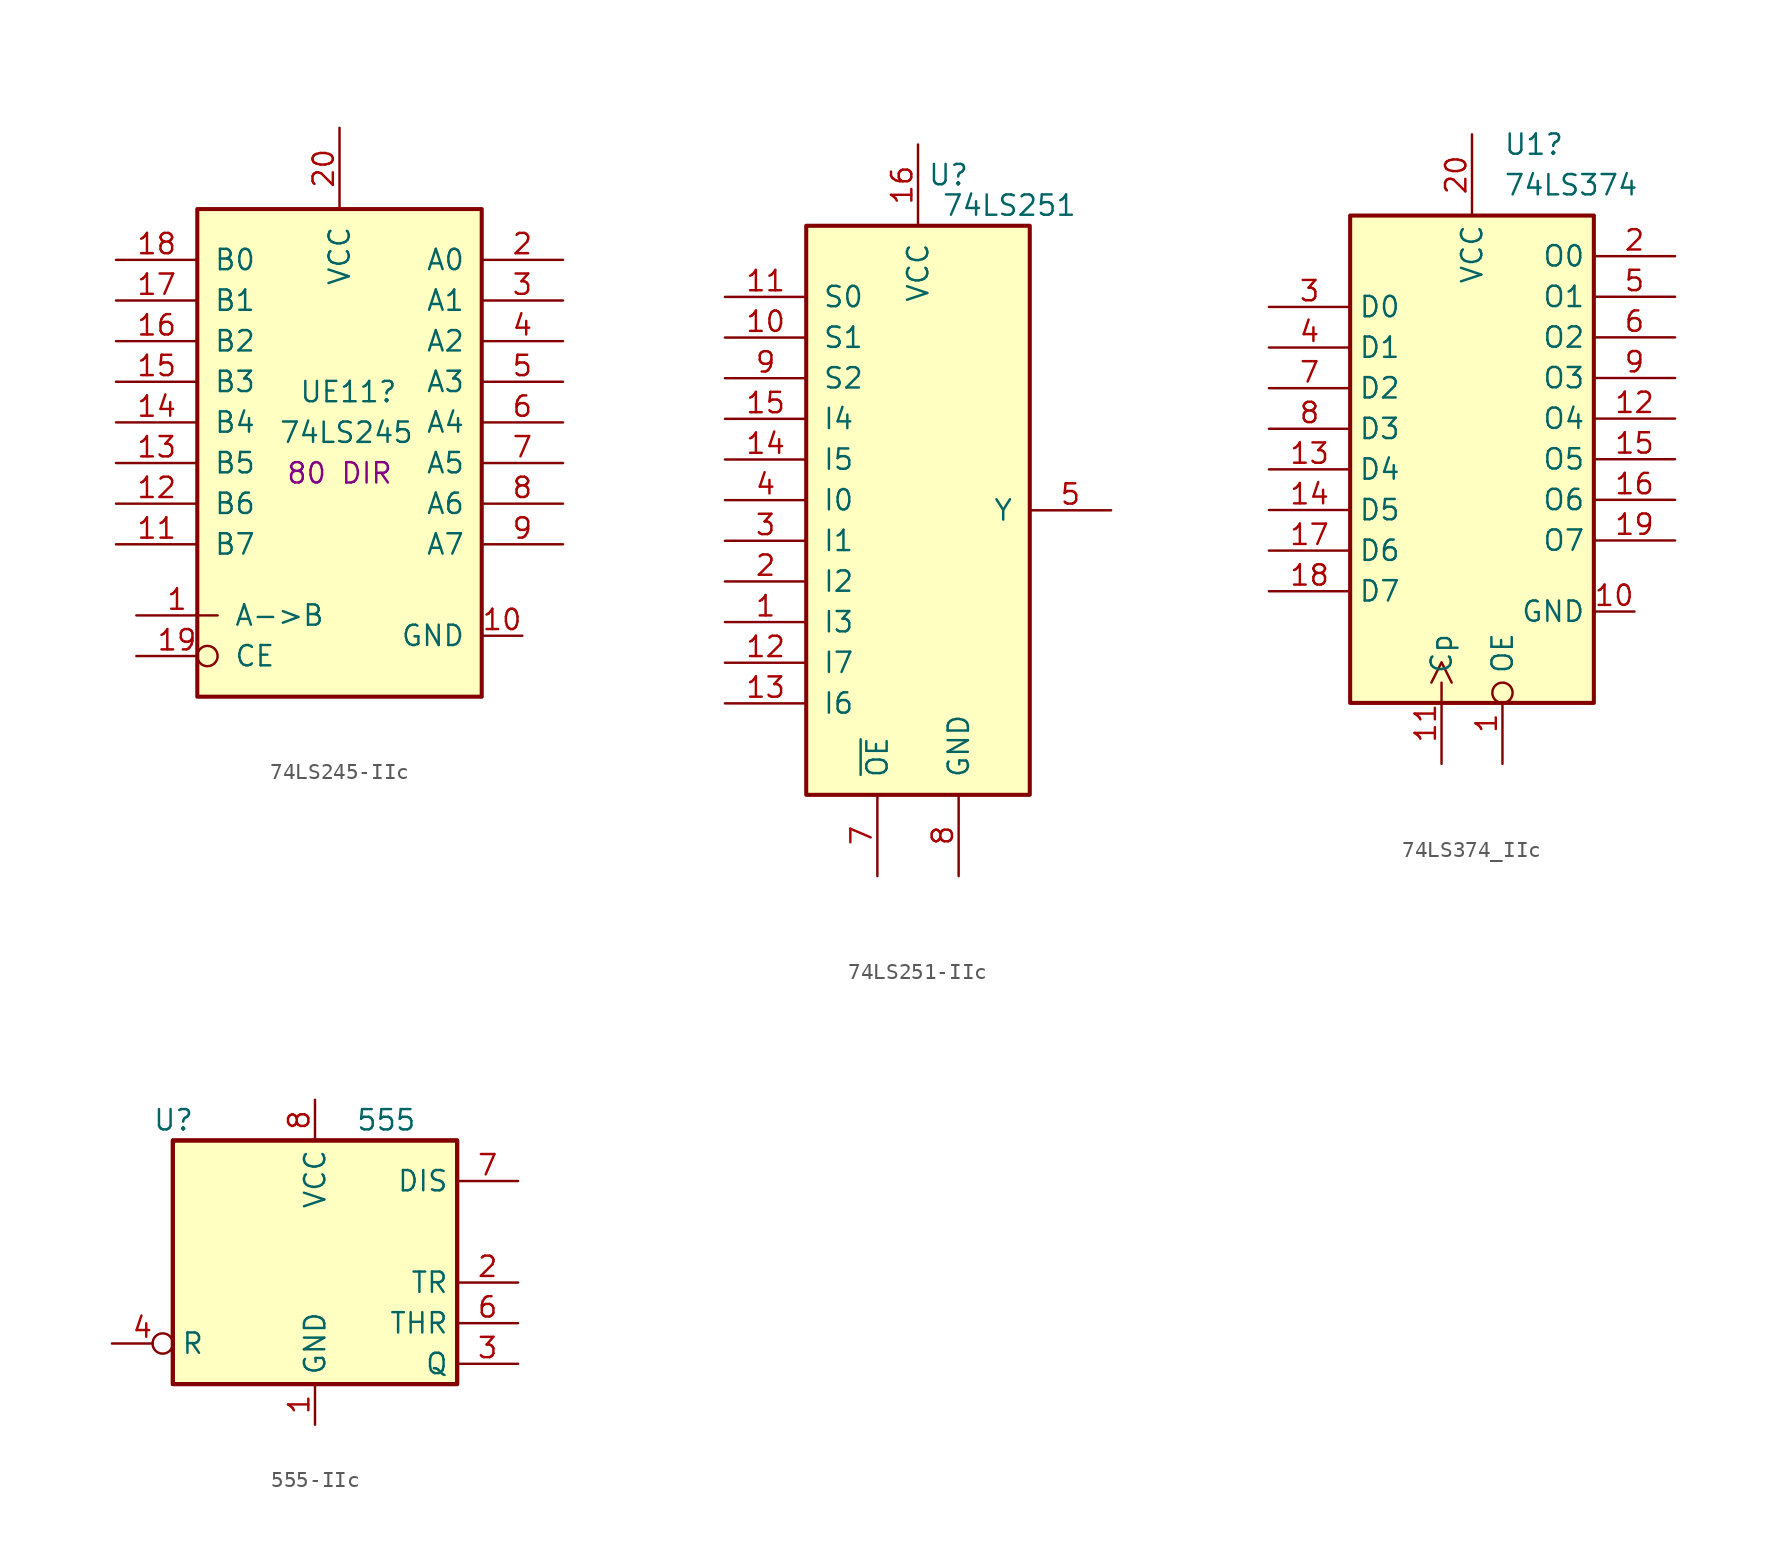
<source format=kicad_sym>
(kicad_symbol_lib
  (version 20220914)
  (generator kicad_symbol_editor)
  (symbol "74LS245-IIc"
    (pin_names
      (offset 1.016))
    (property "Reference" "UE11"
      (at -2.54 3.81 0)
      (effects (font (size 1.27 1.27)) (justify left)))
    (property "Value" "74LS245"
      (at -3.81 1.27 0)
      (effects (font (size 1.27 1.27)) (justify left)))
    (property "Name" "80 DIR"
      (at 0 -1.27 0)
      (effects (font (size 1.27 1.27))))
    (symbol "74LS245-IIc_1_0"
      (pin input line (at -12.7 -10.16 0) (length 5.08) (name "A->B" (effects (font (size 1.27 1.27)))) (number "1" (effects (font (size 1.27 1.27)))))
      (pin power_in line (at 11.43 -11.43 180) (length 2.54) (name "GND" (effects (font (size 1.27 1.27)))) (number "10" (effects (font (size 1.27 1.27)))))
      (pin tri_state line (at -13.97 -5.715 0) (length 5.08) (name "B7" (effects (font (size 1.27 1.27)))) (number "11" (effects (font (size 1.27 1.27)))))
      (pin tri_state line (at -13.97 -3.175 0) (length 5.08) (name "B6" (effects (font (size 1.27 1.27)))) (number "12" (effects (font (size 1.27 1.27)))))
      (pin tri_state line (at -13.97 -0.635 0) (length 5.08) (name "B5" (effects (font (size 1.27 1.27)))) (number "13" (effects (font (size 1.27 1.27)))))
      (pin tri_state line (at -13.97 1.905 0) (length 5.08) (name "B4" (effects (font (size 1.27 1.27)))) (number "14" (effects (font (size 1.27 1.27)))))
      (pin tri_state line (at -13.97 4.445 0) (length 5.08) (name "B3" (effects (font (size 1.27 1.27)))) (number "15" (effects (font (size 1.27 1.27)))))
      (pin tri_state line (at -13.97 6.985 0) (length 5.08) (name "B2" (effects (font (size 1.27 1.27)))) (number "16" (effects (font (size 1.27 1.27)))))
      (pin tri_state line (at -13.97 9.525 0) (length 5.08) (name "B1" (effects (font (size 1.27 1.27)))) (number "17" (effects (font (size 1.27 1.27)))))
      (pin tri_state line (at -13.97 12.065 0) (length 5.08) (name "B0" (effects (font (size 1.27 1.27)))) (number "18" (effects (font (size 1.27 1.27)))))
      (pin input inverted (at -12.7 -12.7 0) (length 5.08) (name "CE" (effects (font (size 1.27 1.27)))) (number "19" (effects (font (size 1.27 1.27)))))
      (pin tri_state line (at 13.97 12.065 180) (length 5.08) (name "A0" (effects (font (size 1.27 1.27)))) (number "2" (effects (font (size 1.27 1.27)))))
      (pin power_in line (at 0 20.32 270) (length 5.08) (name "VCC" (effects (font (size 1.27 1.27)))) (number "20" (effects (font (size 1.27 1.27)))))
      (pin tri_state line (at 13.97 9.525 180) (length 5.08) (name "A1" (effects (font (size 1.27 1.27)))) (number "3" (effects (font (size 1.27 1.27)))))
      (pin tri_state line (at 13.97 6.985 180) (length 5.08) (name "A2" (effects (font (size 1.27 1.27)))) (number "4" (effects (font (size 1.27 1.27)))))
      (pin tri_state line (at 13.97 4.445 180) (length 5.08) (name "A3" (effects (font (size 1.27 1.27)))) (number "5" (effects (font (size 1.27 1.27)))))
      (pin tri_state line (at 13.97 1.905 180) (length 5.08) (name "A4" (effects (font (size 1.27 1.27)))) (number "6" (effects (font (size 1.27 1.27)))))
      (pin tri_state line (at 13.97 -0.635 180) (length 5.08) (name "A5" (effects (font (size 1.27 1.27)))) (number "7" (effects (font (size 1.27 1.27)))))
      (pin tri_state line (at 13.97 -3.175 180) (length 5.08) (name "A6" (effects (font (size 1.27 1.27)))) (number "8" (effects (font (size 1.27 1.27)))))
      (pin tri_state line (at 13.97 -5.715 180) (length 5.08) (name "A7" (effects (font (size 1.27 1.27)))) (number "9" (effects (font (size 1.27 1.27))))))
    (symbol "74LS245-IIc_1_1"
      (rectangle (start -8.89 15.24) (end 8.89 -15.24) (stroke (width 0.254) (type default)) (fill (type background)))))
  (symbol "74LS251-IIc"
    (pin_names
      (offset 1.016))
    (property "Reference" "U"
      (at 1.905 20.955 0)
      (effects (font (size 1.27 1.27))))
    (property "Value" "74LS251"
      (at 5.715 19.05 0)
      (effects (font (size 1.27 1.27))))
    (symbol "74LS251-IIc_1_0"
      (pin input line (at -12.065 -6.985 0) (length 5.08) (name "I3" (effects (font (size 1.27 1.27)))) (number "1" (effects (font (size 1.27 1.27)))))
      (pin input line (at -12.065 10.795 0) (length 5.08) (name "S1" (effects (font (size 1.27 1.27)))) (number "10" (effects (font (size 1.27 1.27)))))
      (pin input line (at -12.065 13.335 0) (length 5.08) (name "S0" (effects (font (size 1.27 1.27)))) (number "11" (effects (font (size 1.27 1.27)))))
      (pin input line (at -12.065 -9.525 0) (length 5.08) (name "I7" (effects (font (size 1.27 1.27)))) (number "12" (effects (font (size 1.27 1.27)))))
      (pin input line (at -12.065 -12.065 0) (length 5.08) (name "I6" (effects (font (size 1.27 1.27)))) (number "13" (effects (font (size 1.27 1.27)))))
      (pin input line (at -12.065 3.175 0) (length 5.08) (name "I5" (effects (font (size 1.27 1.27)))) (number "14" (effects (font (size 1.27 1.27)))))
      (pin input line (at -12.065 5.715 0) (length 5.08) (name "I4" (effects (font (size 1.27 1.27)))) (number "15" (effects (font (size 1.27 1.27)))))
      (pin power_in line (at 0 22.86 270) (length 5.08) (name "VCC" (effects (font (size 1.27 1.27)))) (number "16" (effects (font (size 1.27 1.27)))))
      (pin input line (at -12.065 -4.445 0) (length 5.08) (name "I2" (effects (font (size 1.27 1.27)))) (number "2" (effects (font (size 1.27 1.27)))))
      (pin input line (at -12.065 -1.905 0) (length 5.08) (name "I1" (effects (font (size 1.27 1.27)))) (number "3" (effects (font (size 1.27 1.27)))))
      (pin input line (at -12.065 0.635 0) (length 5.08) (name "I0" (effects (font (size 1.27 1.27)))) (number "4" (effects (font (size 1.27 1.27)))))
      (pin tri_state line (at 12.065 0 180) (length 5.08) (name "Y" (effects (font (size 1.27 1.27)))) (number "5" (effects (font (size 1.27 1.27)))))
      (pin no_connect line (at 12.065 12.7 180) (length 5.08) hide (name "~{Y}" (effects (font (size 1.27 1.27)))) (number "6" (effects (font (size 1.27 1.27)))))
      (pin input line (at -2.54 -22.86 90) (length 5.08) (name "~{OE}" (effects (font (size 1.27 1.27)))) (number "7" (effects (font (size 1.27 1.27)))))
      (pin power_in line (at 2.54 -22.86 90) (length 5.08) (name "GND" (effects (font (size 1.27 1.27)))) (number "8" (effects (font (size 1.27 1.27)))))
      (pin input line (at -12.065 8.255 0) (length 5.08) (name "S2" (effects (font (size 1.27 1.27)))) (number "9" (effects (font (size 1.27 1.27))))))
    (symbol "74LS251-IIc_1_1"
      (rectangle (start -6.985 17.78) (end 6.985 -17.78) (stroke (width 0.254) (type default)) (fill (type background)))))
  (symbol "74LS374_IIc"
    (property "Reference" "U1"
      (at 1.956 19.685 0)
      (effects (font (size 1.27 1.27)) (justify left)))
    (property "Value" "74LS374"
      (at 1.956 17.145 0)
      (effects (font (size 1.27 1.27)) (justify left)))
    (symbol "74LS374_IIc_1_0"
      (pin input inverted (at 1.905 -19.05 90) (length 5.08) (name "OE" (effects (font (size 1.27 1.27)))) (number "1" (effects (font (size 1.27 1.27)))))
      (pin power_in line (at 10.16 -9.525 180) (length 2.54) (name "GND" (effects (font (size 1.27 1.27)))) (number "10" (effects (font (size 1.27 1.27)))))
      (pin input clock (at -1.905 -19.05 90) (length 5.08) (name "Cp" (effects (font (size 1.27 1.27)))) (number "11" (effects (font (size 1.27 1.27)))))
      (pin tri_state line (at 12.7 2.54 180) (length 5.08) (name "O4" (effects (font (size 1.27 1.27)))) (number "12" (effects (font (size 1.27 1.27)))))
      (pin input line (at -12.7 -0.635 0) (length 5.08) (name "D4" (effects (font (size 1.27 1.27)))) (number "13" (effects (font (size 1.27 1.27)))))
      (pin input line (at -12.7 -3.175 0) (length 5.08) (name "D5" (effects (font (size 1.27 1.27)))) (number "14" (effects (font (size 1.27 1.27)))))
      (pin tri_state line (at 12.7 0 180) (length 5.08) (name "O5" (effects (font (size 1.27 1.27)))) (number "15" (effects (font (size 1.27 1.27)))))
      (pin tri_state line (at 12.7 -2.54 180) (length 5.08) (name "O6" (effects (font (size 1.27 1.27)))) (number "16" (effects (font (size 1.27 1.27)))))
      (pin input line (at -12.7 -5.715 0) (length 5.08) (name "D6" (effects (font (size 1.27 1.27)))) (number "17" (effects (font (size 1.27 1.27)))))
      (pin input line (at -12.7 -8.255 0) (length 5.08) (name "D7" (effects (font (size 1.27 1.27)))) (number "18" (effects (font (size 1.27 1.27)))))
      (pin tri_state line (at 12.7 -5.08 180) (length 5.08) (name "O7" (effects (font (size 1.27 1.27)))) (number "19" (effects (font (size 1.27 1.27)))))
      (pin tri_state line (at 12.7 12.7 180) (length 5.08) (name "O0" (effects (font (size 1.27 1.27)))) (number "2" (effects (font (size 1.27 1.27)))))
      (pin power_in line (at 0 20.32 270) (length 5.08) (name "VCC" (effects (font (size 1.27 1.27)))) (number "20" (effects (font (size 1.27 1.27)))))
      (pin input line (at -12.7 9.525 0) (length 5.08) (name "D0" (effects (font (size 1.27 1.27)))) (number "3" (effects (font (size 1.27 1.27)))))
      (pin input line (at -12.7 6.985 0) (length 5.08) (name "D1" (effects (font (size 1.27 1.27)))) (number "4" (effects (font (size 1.27 1.27)))))
      (pin tri_state line (at 12.7 10.16 180) (length 5.08) (name "O1" (effects (font (size 1.27 1.27)))) (number "5" (effects (font (size 1.27 1.27)))))
      (pin tri_state line (at 12.7 7.62 180) (length 5.08) (name "O2" (effects (font (size 1.27 1.27)))) (number "6" (effects (font (size 1.27 1.27)))))
      (pin input line (at -12.7 4.445 0) (length 5.08) (name "D2" (effects (font (size 1.27 1.27)))) (number "7" (effects (font (size 1.27 1.27)))))
      (pin input line (at -12.7 1.905 0) (length 5.08) (name "D3" (effects (font (size 1.27 1.27)))) (number "8" (effects (font (size 1.27 1.27)))))
      (pin tri_state line (at 12.7 5.08 180) (length 5.08) (name "O3" (effects (font (size 1.27 1.27)))) (number "9" (effects (font (size 1.27 1.27))))))
    (symbol "74LS374_IIc_1_1"
      (rectangle (start -7.62 15.24) (end 7.62 -15.24) (stroke (width 0.254) (type default)) (fill (type background)))))
  (symbol "555-IIc"
    (property "Reference" "U"
      (at -10.16 8.89 0)
      (effects (font (size 1.27 1.27)) (justify left)))
    (property "Value" "555"
      (at 2.54 8.89 0)
      (effects (font (size 1.27 1.27)) (justify left)))
    (symbol "555-IIc_0_0"
      (pin power_in line (at 0 -10.16 90) (length 2.54) (name "GND" (effects (font (size 1.27 1.27)))) (number "1" (effects (font (size 1.27 1.27)))))
      (pin power_in line (at 0 10.16 270) (length 2.54) (name "VCC" (effects (font (size 1.27 1.27)))) (number "8" (effects (font (size 1.27 1.27))))))
    (symbol "555-IIc_0_1"
      (rectangle (start -8.89 -7.62) (end 8.89 7.62) (stroke (width 0.254) (type default)) (fill (type background)))
      (rectangle (start -8.89 7.62) (end 8.89 -7.62) (stroke (width 0.254) (type default)) (fill (type background))))
    (symbol "555-IIc_1_1"
      (pin input line (at 12.7 -1.27 180) (length 3.81) (name "TR" (effects (font (size 1.27 1.27)))) (number "2" (effects (font (size 1.27 1.27)))))
      (pin output line (at 12.7 -6.35 180) (length 3.81) (name "Q" (effects (font (size 1.27 1.27)))) (number "3" (effects (font (size 1.27 1.27)))))
      (pin input inverted (at -12.7 -5.08 0) (length 3.81) (name "R" (effects (font (size 1.27 1.27)))) (number "4" (effects (font (size 1.27 1.27)))))
      (pin input line (at 12.7 -3.81 180) (length 3.81) (name "THR" (effects (font (size 1.27 1.27)))) (number "6" (effects (font (size 1.27 1.27)))))
      (pin input line (at 12.7 5.08 180) (length 3.81) (name "DIS" (effects (font (size 1.27 1.27)))) (number "7" (effects (font (size 1.27 1.27))))))))
</source>
